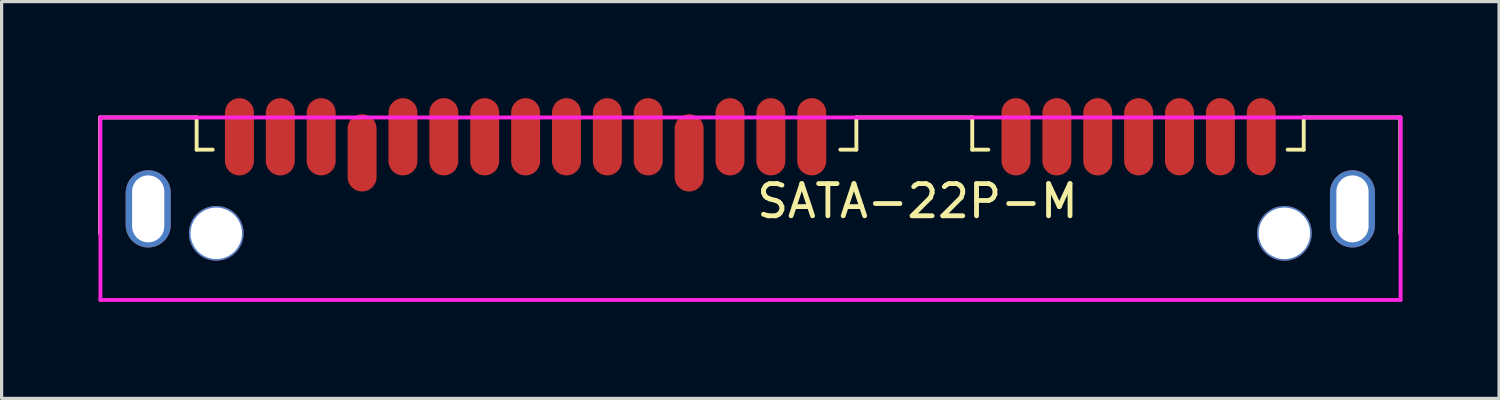
<source format=kicad_pcb>
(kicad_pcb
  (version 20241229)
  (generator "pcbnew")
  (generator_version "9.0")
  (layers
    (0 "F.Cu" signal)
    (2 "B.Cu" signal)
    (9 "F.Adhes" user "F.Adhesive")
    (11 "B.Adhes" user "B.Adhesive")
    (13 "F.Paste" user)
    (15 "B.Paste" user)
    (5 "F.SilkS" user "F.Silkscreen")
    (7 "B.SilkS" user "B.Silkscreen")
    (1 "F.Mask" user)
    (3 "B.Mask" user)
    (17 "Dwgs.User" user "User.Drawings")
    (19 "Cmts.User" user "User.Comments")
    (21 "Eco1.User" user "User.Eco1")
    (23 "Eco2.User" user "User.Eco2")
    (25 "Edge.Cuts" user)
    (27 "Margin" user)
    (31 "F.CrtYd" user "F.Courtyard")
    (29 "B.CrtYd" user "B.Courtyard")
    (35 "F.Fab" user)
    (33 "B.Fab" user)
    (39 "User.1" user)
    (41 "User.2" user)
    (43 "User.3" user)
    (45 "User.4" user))
  (footprint "SATA-22P-M"
    (layer "F.Cu")
    (at 36.86 4.2)
    (property "Reference" "SATA-22P-M" (at -11.4 -1 0) (unlocked yes) (layer "F.SilkS") (effects (font (size 1 1) (thickness 0.15))))
    (attr smd)
    (fp_line (start -36.8 -3.6) (end -33.8 -3.6) (stroke (width 0.12) (type solid)) (layer "F.SilkS"))
    (fp_line (start -36.8 0) (end -36.8 -3.6) (stroke (width 0.12) (type solid)) (layer "F.SilkS"))
    (fp_line (start -33.8 -3.6) (end -33.8 -2.6) (stroke (width 0.12) (type solid)) (layer "F.SilkS"))
    (fp_line (start -33.8 -2.6) (end -33.3 -2.6) (stroke (width 0.12) (type solid)) (layer "F.SilkS"))
    (fp_line (start -13.3 -2.6) (end -13.8 -2.6) (stroke (width 0.12) (type solid)) (layer "F.SilkS"))
    (fp_line (start -13.3 -2.6) (end -13.3 -3.6) (stroke (width 0.12) (type solid)) (layer "F.SilkS"))
    (fp_line (start -9.7 -3.6) (end -13.3 -3.6) (stroke (width 0.12) (type solid)) (layer "F.SilkS"))
    (fp_line (start -9.7 -2.6) (end -9.7 -3.6) (stroke (width 0.12) (type solid)) (layer "F.SilkS"))
    (fp_line (start -9.7 -2.6) (end -9.2 -2.6) (stroke (width 0.12) (type solid)) (layer "F.SilkS"))
    (fp_line (start 0.1 -2.6) (end 0.6 -2.6) (stroke (width 0.12) (type solid)) (layer "F.SilkS"))
    (fp_line (start 0.6 -3.6) (end 0.6 -2.6) (stroke (width 0.12) (type solid)) (layer "F.SilkS"))
    (fp_line (start 0.6 -3.6) (end 3.6 -3.6) (stroke (width 0.12) (type solid)) (layer "F.SilkS"))
    (fp_line (start 3.6 -3.6) (end 3.6 0) (stroke (width 0.12) (type solid)) (layer "F.SilkS"))
    (fp_line (start -36.79 -3.6) (end -36.79 2.07) (stroke (width 0.12) (type solid)) (layer "F.CrtYd"))
    (fp_line (start -36.79 -3.6) (end 3.61 -3.6) (stroke (width 0.12) (type solid)) (layer "F.CrtYd"))
    (fp_line (start -36.79 2.07) (end 3.61 2.07) (stroke (width 0.12) (type solid)) (layer "F.CrtYd"))
    (fp_line (start 3.61 -3.6) (end 3.61 2.07) (stroke (width 0.12) (type solid)) (layer "F.CrtYd"))
    (pad "" np_thru_hole circle (at -33.19 0) (size 1.7 1.7) (drill 1.6) (layers "*.Cu" "*.Mask"))
    (pad "" np_thru_hole circle (at 0 0) (size 1.7 1.7) (drill 1.6) (layers "*.Cu" "*.Mask"))
    (pad "3" thru_hole oval (at -35.305 -0.76) (size 1.4 2.4) (drill oval 1 2.08) (layers "*.Cu" "*.Mask"))
    (pad "3" thru_hole oval (at 2.115 -0.76) (size 1.4 2.4) (drill oval 1 2.08) (layers "*.Cu" "*.Mask"))
    (pad "P1" smd oval (at -14.687 -3) (size 0.9 2.4) (layers "F.Cu" "F.Mask" "F.Paste"))
    (pad "P2" smd oval (at -15.957 -3) (size 0.9 2.4) (layers "F.Cu" "F.Mask" "F.Paste"))
    (pad "P3" smd oval (at -17.227 -3) (size 0.9 2.4) (layers "F.Cu" "F.Mask" "F.Paste"))
    (pad "P4" smd oval (at -18.497 -2.5) (size 0.9 2.4) (layers "F.Cu" "F.Mask" "F.Paste"))
    (pad "P5" smd oval (at -19.768 -3) (size 0.9 2.4) (layers "F.Cu" "F.Mask" "F.Paste"))
    (pad "P6" smd oval (at -21.038 -3) (size 0.9 2.4) (layers "F.Cu" "F.Mask" "F.Paste"))
    (pad "P7" smd oval (at -22.308 -3) (size 0.9 2.4) (layers "F.Cu" "F.Mask" "F.Paste"))
    (pad "P8" smd oval (at -23.578 -3) (size 0.9 2.4) (layers "F.Cu" "F.Mask" "F.Paste"))
    (pad "P9" smd oval (at -24.849 -3) (size 0.9 2.4) (layers "F.Cu" "F.Mask" "F.Paste"))
    (pad "P10" smd oval (at -26.119 -3) (size 0.9 2.4) (layers "F.Cu" "F.Mask" "F.Paste"))
    (pad "P11" smd oval (at -27.389 -3) (size 0.9 2.4) (layers "F.Cu" "F.Mask" "F.Paste"))
    (pad "P12" smd oval (at -28.659 -2.5) (size 0.9 2.4) (layers "F.Cu" "F.Mask" "F.Paste"))
    (pad "P13" smd oval (at -29.93 -3) (size 0.9 2.4) (layers "F.Cu" "F.Mask" "F.Paste"))
    (pad "P14" smd oval (at -31.2 -3) (size 0.9 2.4) (layers "F.Cu" "F.Mask" "F.Paste"))
    (pad "P15" smd oval (at -32.47 -3) (size 0.9 2.4) (layers "F.Cu" "F.Mask" "F.Paste"))
    (pad "S1" smd oval (at -0.72 -3) (size 0.9 2.4) (layers "F.Cu" "F.Mask" "F.Paste"))
    (pad "S2" smd oval (at -1.99 -3) (size 0.9 2.4) (layers "F.Cu" "F.Mask" "F.Paste"))
    (pad "S3" smd oval (at -3.26 -3) (size 0.9 2.4) (layers "F.Cu" "F.Mask" "F.Paste"))
    (pad "S4" smd oval (at -4.53 -3) (size 0.9 2.4) (layers "F.Cu" "F.Mask" "F.Paste"))
    (pad "S5" smd oval (at -5.8 -3) (size 0.9 2.4) (layers "F.Cu" "F.Mask" "F.Paste"))
    (pad "S6" smd oval (at -7.07 -3) (size 0.9 2.4) (layers "F.Cu" "F.Mask" "F.Paste"))
    (pad "S7" smd oval (at -8.34 -3) (size 0.9 2.4) (layers "F.Cu" "F.Mask" "F.Paste")))
  (gr_rect
    (start -3 -3)
    (end 43.53 9.33)
    (stroke (width 0.1) (type default))
    (fill no)
    (layer "Edge.Cuts")))
</source>
